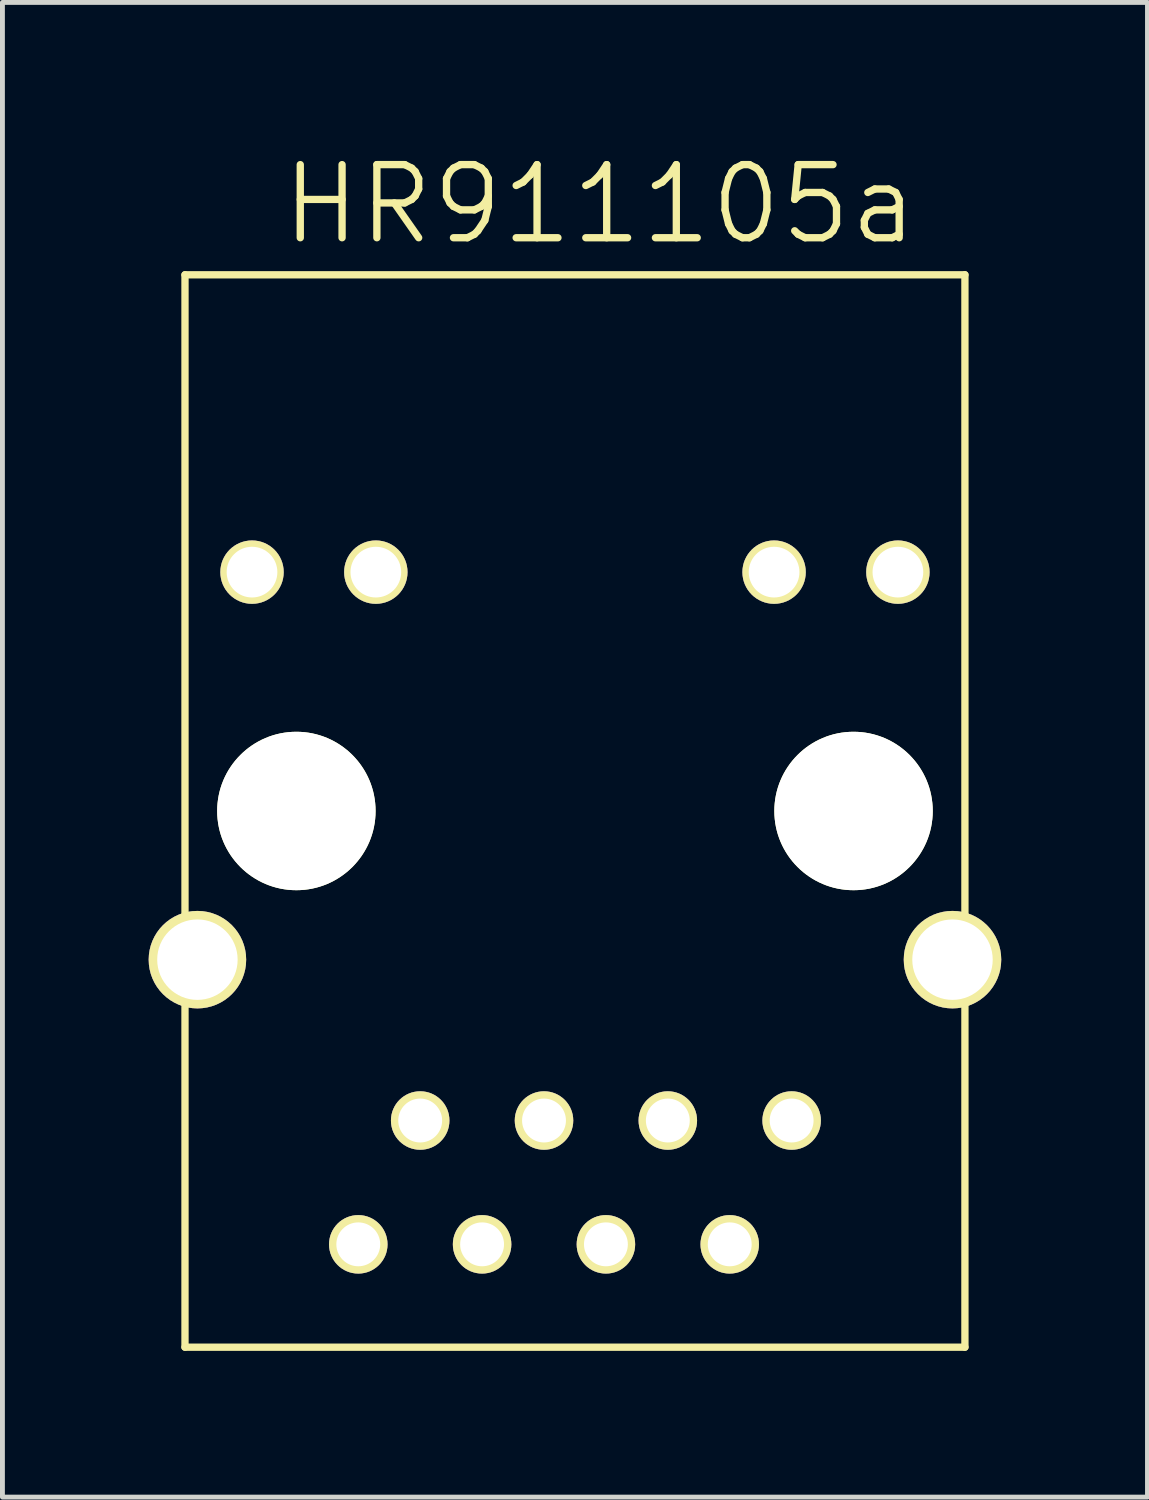
<source format=kicad_pcb>
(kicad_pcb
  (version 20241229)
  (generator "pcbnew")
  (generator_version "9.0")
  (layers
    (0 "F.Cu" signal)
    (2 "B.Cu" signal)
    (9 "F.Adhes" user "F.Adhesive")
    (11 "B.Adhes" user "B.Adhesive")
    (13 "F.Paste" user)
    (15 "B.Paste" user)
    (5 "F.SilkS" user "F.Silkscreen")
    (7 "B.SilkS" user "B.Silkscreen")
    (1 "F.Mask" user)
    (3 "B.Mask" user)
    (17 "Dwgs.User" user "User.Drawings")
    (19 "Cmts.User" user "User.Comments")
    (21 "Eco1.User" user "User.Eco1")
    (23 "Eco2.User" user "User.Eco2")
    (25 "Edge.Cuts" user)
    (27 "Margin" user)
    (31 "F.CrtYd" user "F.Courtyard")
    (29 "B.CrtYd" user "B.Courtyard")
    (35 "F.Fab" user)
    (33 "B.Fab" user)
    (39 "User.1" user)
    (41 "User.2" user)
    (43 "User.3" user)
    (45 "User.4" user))
  (footprint "HR911105a"
    (layer "F.Cu")
    (at 8.745 13.587)
    (property "Reference" "HR911105a" (at 0.508 -12.446 0) (layer "F.SilkS") (effects (font (size 1.5 1.5) (thickness 0.15))))
    (attr through_hole)
    (fp_line (start -8 -11) (end -8 11) (stroke (width 0.15) (type solid)) (layer "F.SilkS"))
    (fp_line (start -8 11) (end 8 11) (stroke (width 0.15) (type solid)) (layer "F.SilkS"))
    (fp_line (start 8 -11) (end -8 -11) (stroke (width 0.15) (type solid)) (layer "F.SilkS"))
    (fp_line (start 8 11) (end 8 -11) (stroke (width 0.15) (type solid)) (layer "F.SilkS"))
    (pad "" np_thru_hole circle (at -5.715 0) (size 3.25 3.25) (drill 3.25) (layers "*.Cu" "*.Mask" "F.SilkS"))
    (pad "" np_thru_hole circle (at 5.715 0) (size 3.25 3.25) (drill 3.25) (layers "*.Cu" "*.Mask" "F.SilkS"))
    (pad "1" thru_hole circle (at 4.445 6.35) (size 1.2 1.2) (drill 0.9) (layers "*.Cu" "*.Mask" "F.SilkS"))
    (pad "2" thru_hole circle (at 3.175 8.89) (size 1.2 1.2) (drill 0.9) (layers "*.Cu" "*.Mask" "F.SilkS"))
    (pad "3" thru_hole circle (at 1.905 6.35) (size 1.2 1.2) (drill 0.9) (layers "*.Cu" "*.Mask" "F.SilkS"))
    (pad "4" thru_hole circle (at 0.635 8.89) (size 1.2 1.2) (drill 0.9) (layers "*.Cu" "*.Mask" "F.SilkS"))
    (pad "5" thru_hole circle (at -0.635 6.35) (size 1.2 1.2) (drill 0.9) (layers "*.Cu" "*.Mask" "F.SilkS"))
    (pad "6" thru_hole circle (at -1.905 8.89) (size 1.2 1.2) (drill 0.9) (layers "*.Cu" "*.Mask" "F.SilkS"))
    (pad "7" thru_hole circle (at -3.175 6.35) (size 1.2 1.2) (drill 0.9) (layers "*.Cu" "*.Mask" "F.SilkS"))
    (pad "8" thru_hole circle (at -4.445 8.89) (size 1.2 1.2) (drill 0.9) (layers "*.Cu" "*.Mask" "F.SilkS"))
    (pad "9" thru_hole circle (at 6.625 -4.9) (size 1.3 1.3) (drill 1.04) (layers "*.Cu" "*.Mask" "F.SilkS"))
    (pad "10" thru_hole circle (at 4.085 -4.9) (size 1.3 1.3) (drill 1.04) (layers "*.Cu" "*.Mask" "F.SilkS"))
    (pad "11" thru_hole circle (at -4.085 -4.9) (size 1.3 1.3) (drill 1.04) (layers "*.Cu" "*.Mask" "F.SilkS"))
    (pad "12" thru_hole circle (at -6.625 -4.9) (size 1.3 1.3) (drill 1.04) (layers "*.Cu" "*.Mask" "F.SilkS"))
    (pad "13" thru_hole circle (at 7.745 3.05) (size 2 2) (drill 1.65) (layers "*.Cu" "*.Mask" "F.SilkS"))
    (pad "14" thru_hole circle (at -7.745 3.05) (size 2 2) (drill 1.65) (layers "*.Cu" "*.Mask" "F.SilkS")))
  (gr_rect
    (start -3 -3)
    (end 20.49 27.662)
    (stroke (width 0.1) (type default))
    (fill no)
    (layer "Edge.Cuts")))
</source>
